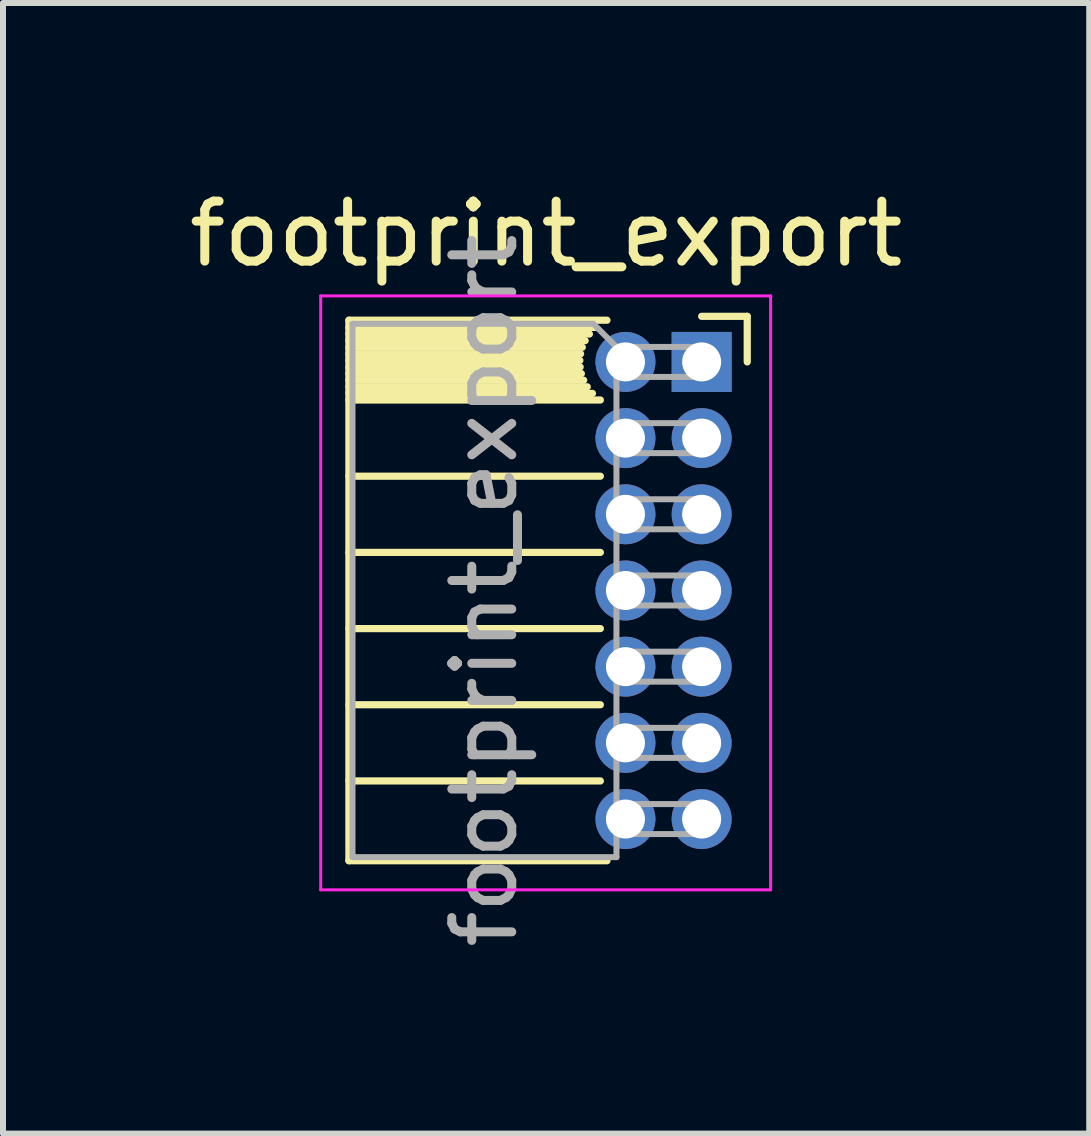
<source format=kicad_pcb>
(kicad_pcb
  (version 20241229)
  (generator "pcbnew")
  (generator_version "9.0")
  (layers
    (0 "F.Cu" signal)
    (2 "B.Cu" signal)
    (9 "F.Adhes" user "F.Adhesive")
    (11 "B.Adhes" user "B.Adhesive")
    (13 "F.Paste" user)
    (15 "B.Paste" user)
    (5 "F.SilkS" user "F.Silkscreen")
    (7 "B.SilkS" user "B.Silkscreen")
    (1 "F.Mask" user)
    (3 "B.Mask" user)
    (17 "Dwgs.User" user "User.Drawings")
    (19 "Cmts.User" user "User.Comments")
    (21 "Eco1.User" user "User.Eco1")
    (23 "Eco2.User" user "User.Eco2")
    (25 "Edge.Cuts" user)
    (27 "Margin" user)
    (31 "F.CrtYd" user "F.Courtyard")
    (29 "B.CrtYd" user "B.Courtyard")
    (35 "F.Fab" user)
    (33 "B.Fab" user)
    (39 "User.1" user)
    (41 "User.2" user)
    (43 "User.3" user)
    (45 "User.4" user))
  (footprint "footprint_export"
    (layer "F.Cu")
    (at 8.646 2.983)
    (property "Reference" "footprint_export" (at -2.592 -2.135 0) (layer "F.SilkS") (effects (font (size 1 1) (thickness 0.15))))
    (attr through_hole)
    (fp_line (start -5.88 -0.695) (end -5.88 8.315) (stroke (width 0.12) (type solid)) (layer "F.SilkS"))
    (fp_line (start -5.88 -0.695) (end -1.578 -0.695) (stroke (width 0.12) (type solid)) (layer "F.SilkS"))
    (fp_line (start -5.88 -0.575) (end -1.767 -0.575) (stroke (width 0.12) (type solid)) (layer "F.SilkS"))
    (fp_line (start -5.88 -0.465) (end -1.871 -0.465) (stroke (width 0.12) (type solid)) (layer "F.SilkS"))
    (fp_line (start -5.88 -0.355) (end -1.942 -0.355) (stroke (width 0.12) (type solid)) (layer "F.SilkS"))
    (fp_line (start -5.88 -0.245) (end -1.989 -0.245) (stroke (width 0.12) (type solid)) (layer "F.SilkS"))
    (fp_line (start -5.88 -0.135) (end -2.018 -0.135) (stroke (width 0.12) (type solid)) (layer "F.SilkS"))
    (fp_line (start -5.88 -0.025) (end -2.03 -0.025) (stroke (width 0.12) (type solid)) (layer "F.SilkS"))
    (fp_line (start -5.88 0.085) (end -2.025 0.085) (stroke (width 0.12) (type solid)) (layer "F.SilkS"))
    (fp_line (start -5.88 0.195) (end -2.005 0.195) (stroke (width 0.12) (type solid)) (layer "F.SilkS"))
    (fp_line (start -5.88 0.305) (end -1.966 0.305) (stroke (width 0.12) (type solid)) (layer "F.SilkS"))
    (fp_line (start -5.88 0.415) (end -1.907 0.415) (stroke (width 0.12) (type solid)) (layer "F.SilkS"))
    (fp_line (start -5.88 0.525) (end -1.82 0.525) (stroke (width 0.12) (type solid)) (layer "F.SilkS"))
    (fp_line (start -5.88 0.635) (end -1.688 0.635) (stroke (width 0.12) (type solid)) (layer "F.SilkS"))
    (fp_line (start -5.88 1.905) (end -1.688 1.905) (stroke (width 0.12) (type solid)) (layer "F.SilkS"))
    (fp_line (start -5.88 3.175) (end -1.688 3.175) (stroke (width 0.12) (type solid)) (layer "F.SilkS"))
    (fp_line (start -5.88 4.445) (end -1.688 4.445) (stroke (width 0.12) (type solid)) (layer "F.SilkS"))
    (fp_line (start -5.88 5.715) (end -1.688 5.715) (stroke (width 0.12) (type solid)) (layer "F.SilkS"))
    (fp_line (start -5.88 6.985) (end -1.688 6.985) (stroke (width 0.12) (type solid)) (layer "F.SilkS"))
    (fp_line (start -5.88 8.315) (end -1.578 8.315) (stroke (width 0.12) (type solid)) (layer "F.SilkS"))
    (fp_line (start 0 -0.76) (end 0.76 -0.76) (stroke (width 0.12) (type solid)) (layer "F.SilkS"))
    (fp_line (start 0.76 -0.76) (end 0.76 0) (stroke (width 0.12) (type solid)) (layer "F.SilkS"))
    (fp_line (start -6.35 -1.1) (end -6.35 8.8) (stroke (width 0.05) (type solid)) (layer "F.CrtYd"))
    (fp_line (start -6.35 8.8) (end 1.15 8.8) (stroke (width 0.05) (type solid)) (layer "F.CrtYd"))
    (fp_line (start 1.15 -1.1) (end -6.35 -1.1) (stroke (width 0.05) (type solid)) (layer "F.CrtYd"))
    (fp_line (start 1.15 8.8) (end 1.15 -1.1) (stroke (width 0.05) (type solid)) (layer "F.CrtYd"))
    (fp_line (start -5.82 -0.635) (end -1.805 -0.635) (stroke (width 0.1) (type solid)) (layer "F.Fab"))
    (fp_line (start -5.82 8.255) (end -5.82 -0.635) (stroke (width 0.1) (type solid)) (layer "F.Fab"))
    (fp_line (start -1.805 -0.635) (end -1.42 -0.25) (stroke (width 0.1) (type solid)) (layer "F.Fab"))
    (fp_line (start -1.42 -0.25) (end -1.42 8.255) (stroke (width 0.1) (type solid)) (layer "F.Fab"))
    (fp_line (start -1.42 0.25) (end 0 0.25) (stroke (width 0.1) (type solid)) (layer "F.Fab"))
    (fp_line (start -1.42 1.52) (end 0 1.52) (stroke (width 0.1) (type solid)) (layer "F.Fab"))
    (fp_line (start -1.42 2.79) (end 0 2.79) (stroke (width 0.1) (type solid)) (layer "F.Fab"))
    (fp_line (start -1.42 4.06) (end 0 4.06) (stroke (width 0.1) (type solid)) (layer "F.Fab"))
    (fp_line (start -1.42 5.33) (end 0 5.33) (stroke (width 0.1) (type solid)) (layer "F.Fab"))
    (fp_line (start -1.42 6.6) (end 0 6.6) (stroke (width 0.1) (type solid)) (layer "F.Fab"))
    (fp_line (start -1.42 7.87) (end 0 7.87) (stroke (width 0.1) (type solid)) (layer "F.Fab"))
    (fp_line (start -1.42 8.255) (end -5.82 8.255) (stroke (width 0.1) (type solid)) (layer "F.Fab"))
    (fp_line (start 0 -0.25) (end -1.42 -0.25) (stroke (width 0.1) (type solid)) (layer "F.Fab"))
    (fp_line (start 0 0.25) (end 0 -0.25) (stroke (width 0.1) (type solid)) (layer "F.Fab"))
    (fp_line (start 0 1.02) (end -1.42 1.02) (stroke (width 0.1) (type solid)) (layer "F.Fab"))
    (fp_line (start 0 1.52) (end 0 1.02) (stroke (width 0.1) (type solid)) (layer "F.Fab"))
    (fp_line (start 0 2.29) (end -1.42 2.29) (stroke (width 0.1) (type solid)) (layer "F.Fab"))
    (fp_line (start 0 2.79) (end 0 2.29) (stroke (width 0.1) (type solid)) (layer "F.Fab"))
    (fp_line (start 0 3.56) (end -1.42 3.56) (stroke (width 0.1) (type solid)) (layer "F.Fab"))
    (fp_line (start 0 4.06) (end 0 3.56) (stroke (width 0.1) (type solid)) (layer "F.Fab"))
    (fp_line (start 0 4.83) (end -1.42 4.83) (stroke (width 0.1) (type solid)) (layer "F.Fab"))
    (fp_line (start 0 5.33) (end 0 4.83) (stroke (width 0.1) (type solid)) (layer "F.Fab"))
    (fp_line (start 0 6.1) (end -1.42 6.1) (stroke (width 0.1) (type solid)) (layer "F.Fab"))
    (fp_line (start 0 6.6) (end 0 6.1) (stroke (width 0.1) (type solid)) (layer "F.Fab"))
    (fp_line (start 0 7.37) (end -1.42 7.37) (stroke (width 0.1) (type solid)) (layer "F.Fab"))
    (fp_line (start 0 7.87) (end 0 7.37) (stroke (width 0.1) (type solid)) (layer "F.Fab"))
    (fp_text user "${REFERENCE}" (at -3.62 3.81 90) (layer "F.Fab") (effects (font (size 1 1) (thickness 0.15))))
    (pad "1" thru_hole rect (at 0 0) (size 1 1) (drill 0.65) (layers "*.Cu" "*.Mask"))
    (pad "2" thru_hole oval (at -1.27 0) (size 1 1) (drill 0.65) (layers "*.Cu" "*.Mask"))
    (pad "3" thru_hole oval (at 0 1.27) (size 1 1) (drill 0.65) (layers "*.Cu" "*.Mask"))
    (pad "4" thru_hole oval (at -1.27 1.27) (size 1 1) (drill 0.65) (layers "*.Cu" "*.Mask"))
    (pad "5" thru_hole oval (at 0 2.54) (size 1 1) (drill 0.65) (layers "*.Cu" "*.Mask"))
    (pad "6" thru_hole oval (at -1.27 2.54) (size 1 1) (drill 0.65) (layers "*.Cu" "*.Mask"))
    (pad "7" thru_hole oval (at 0 3.81) (size 1 1) (drill 0.65) (layers "*.Cu" "*.Mask"))
    (pad "8" thru_hole oval (at -1.27 3.81) (size 1 1) (drill 0.65) (layers "*.Cu" "*.Mask"))
    (pad "9" thru_hole oval (at 0 5.08) (size 1 1) (drill 0.65) (layers "*.Cu" "*.Mask"))
    (pad "10" thru_hole oval (at -1.27 5.08) (size 1 1) (drill 0.65) (layers "*.Cu" "*.Mask"))
    (pad "11" thru_hole oval (at 0 6.35) (size 1 1) (drill 0.65) (layers "*.Cu" "*.Mask"))
    (pad "12" thru_hole oval (at -1.27 6.35) (size 1 1) (drill 0.65) (layers "*.Cu" "*.Mask"))
    (pad "13" thru_hole oval (at 0 7.62) (size 1 1) (drill 0.65) (layers "*.Cu" "*.Mask"))
    (pad "14" thru_hole oval (at -1.27 7.62) (size 1 1) (drill 0.65) (layers "*.Cu" "*.Mask")))
  (gr_rect
    (start -3 -3)
    (end 15.107 15.847)
    (stroke (width 0.1) (type default))
    (fill no)
    (layer "Edge.Cuts")))
</source>
